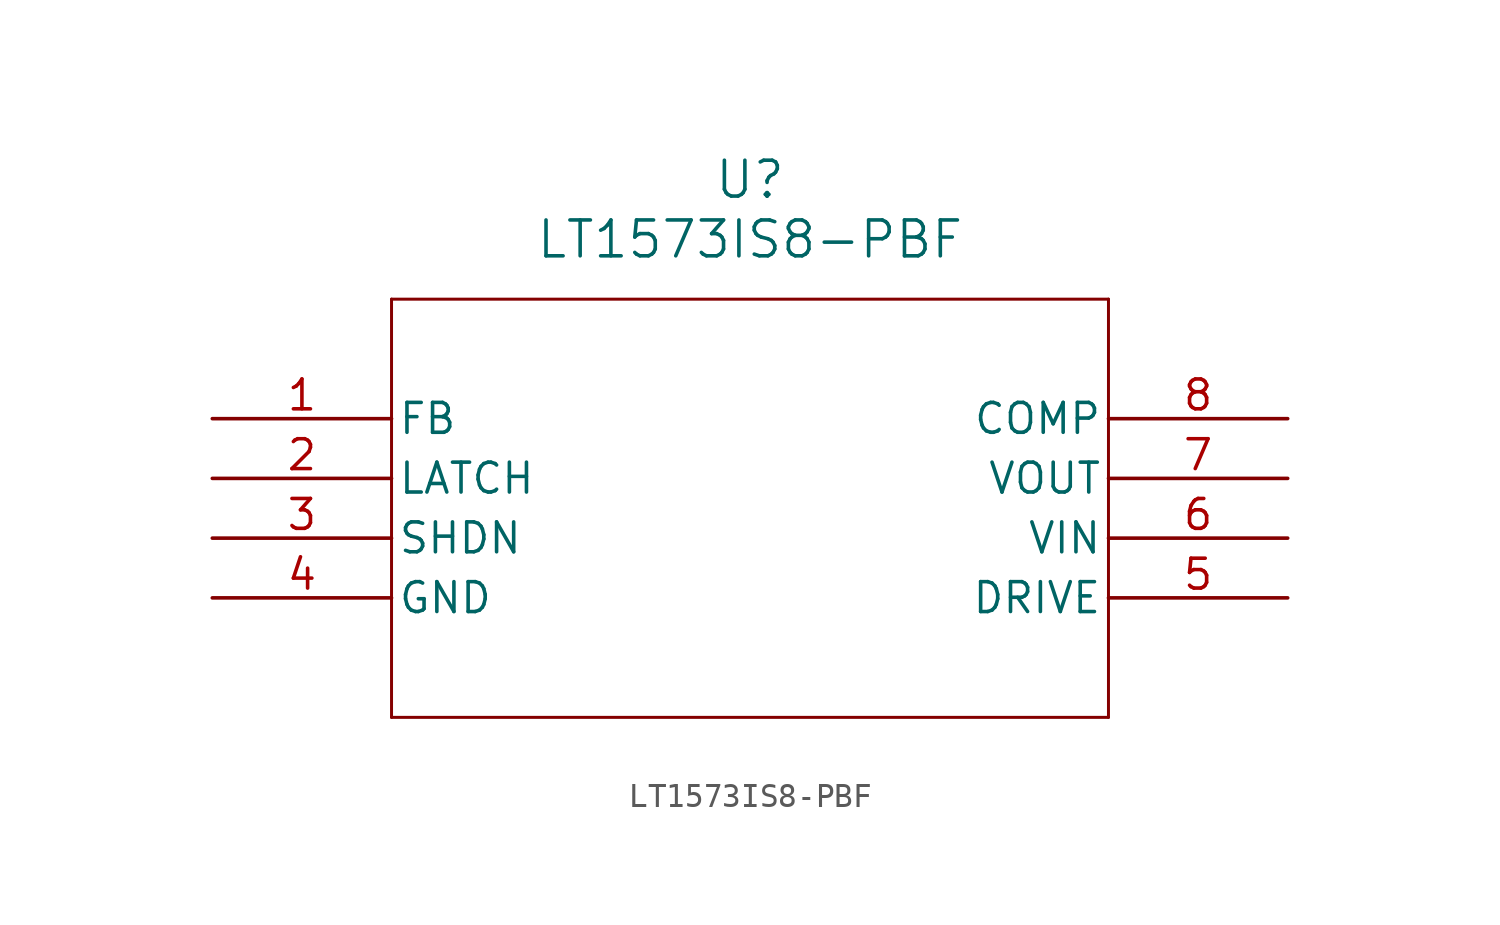
<source format=kicad_sym>
(kicad_symbol_lib
  (version 20211014)
  (generator kicad_symbol_editor)
  (symbol "LT1573IS8-PBF"
    (pin_names
      (offset 0.254))
    (property "Reference" "U"
      (at 22.86 10.16 0)
      (effects (font (size 1.524 1.524))))
    (property "Value" "LT1573IS8-PBF"
      (at 22.86 7.62 0)
      (effects (font (size 1.524 1.524))))
    (symbol "LT1573IS8-PBF_0_1"
      (polyline (pts (xy 7.62 5.08) (xy 7.62 -12.7)) (stroke (width 0.127) (type default) (color 0 0 0 0)) (fill (type none)))
      (polyline (pts (xy 7.62 -12.7) (xy 38.1 -12.7)) (stroke (width 0.127) (type default) (color 0 0 0 0)) (fill (type none)))
      (polyline (pts (xy 38.1 -12.7) (xy 38.1 5.08)) (stroke (width 0.127) (type default) (color 0 0 0 0)) (fill (type none)))
      (polyline (pts (xy 38.1 5.08) (xy 7.62 5.08)) (stroke (width 0.127) (type default) (color 0 0 0 0)) (fill (type none)))
      (pin input line (at 0 0 0) (length 7.62) (name "FB" (effects (font (size 1.27 1.27)))) (number "1" (effects (font (size 1.27 1.27)))))
      (pin unspecified line (at 0 -2.54 0) (length 7.62) (name "LATCH" (effects (font (size 1.27 1.27)))) (number "2" (effects (font (size 1.27 1.27)))))
      (pin output line (at 0 -5.08 0) (length 7.62) (name "SHDN" (effects (font (size 1.27 1.27)))) (number "3" (effects (font (size 1.27 1.27)))))
      (pin power_in line (at 0 -7.62 0) (length 7.62) (name "GND" (effects (font (size 1.27 1.27)))) (number "4" (effects (font (size 1.27 1.27)))))
      (pin unspecified line (at 45.72 -7.62 180) (length 7.62) (name "DRIVE" (effects (font (size 1.27 1.27)))) (number "5" (effects (font (size 1.27 1.27)))))
      (pin input line (at 45.72 -5.08 180) (length 7.62) (name "VIN" (effects (font (size 1.27 1.27)))) (number "6" (effects (font (size 1.27 1.27)))))
      (pin output line (at 45.72 -2.54 180) (length 7.62) (name "VOUT" (effects (font (size 1.27 1.27)))) (number "7" (effects (font (size 1.27 1.27)))))
      (pin unspecified line (at 45.72 0 180) (length 7.62) (name "COMP" (effects (font (size 1.27 1.27)))) (number "8" (effects (font (size 1.27 1.27))))))))
</source>
